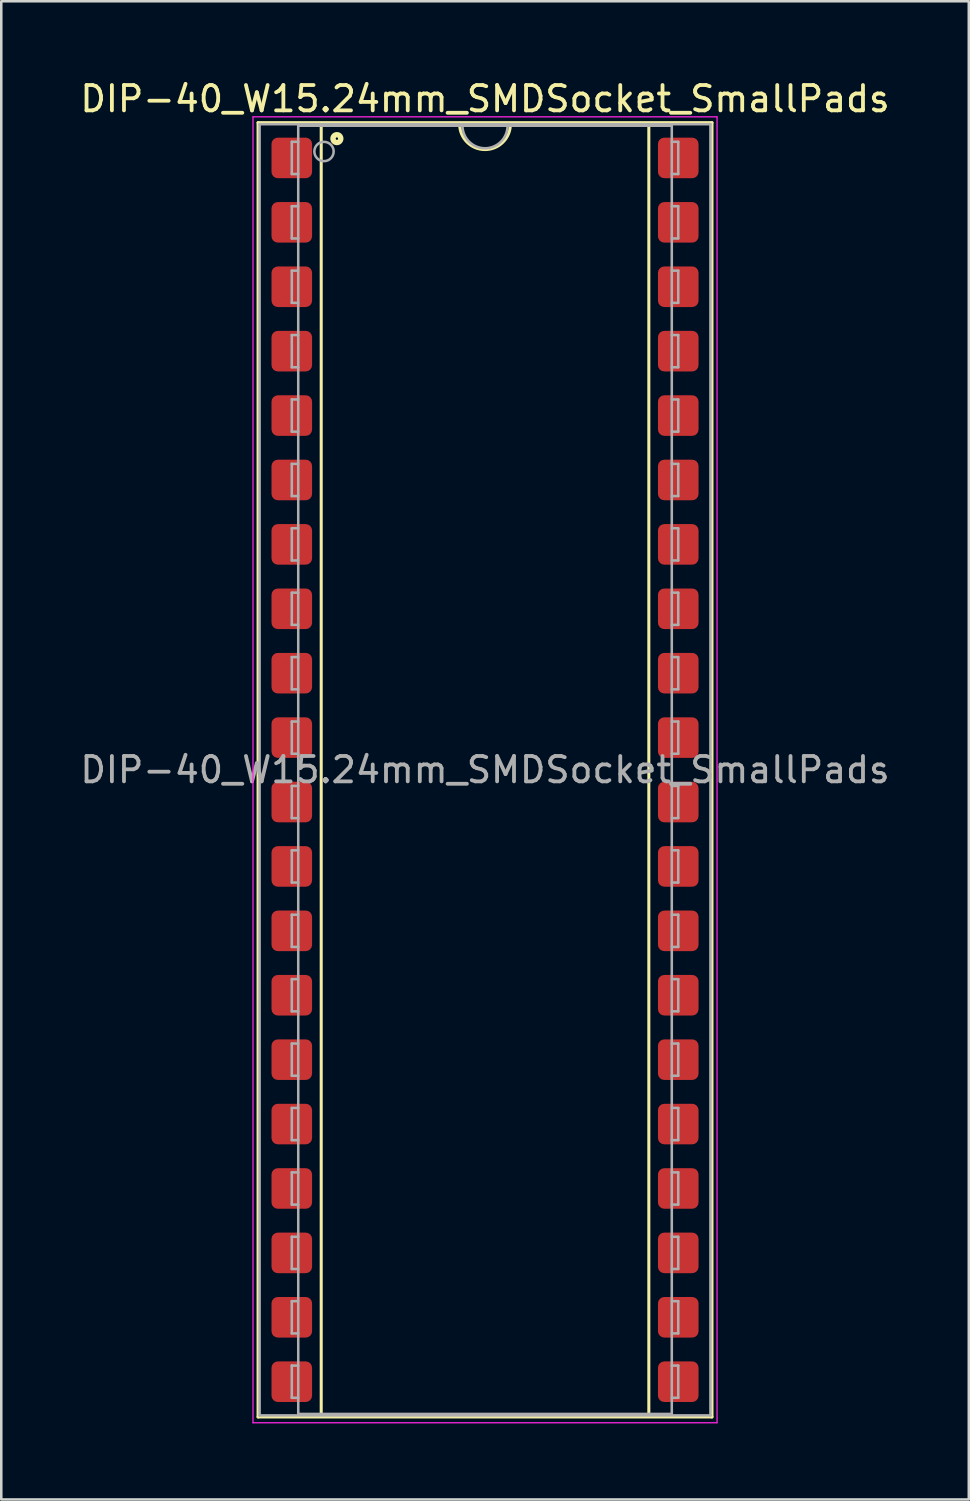
<source format=kicad_pcb>
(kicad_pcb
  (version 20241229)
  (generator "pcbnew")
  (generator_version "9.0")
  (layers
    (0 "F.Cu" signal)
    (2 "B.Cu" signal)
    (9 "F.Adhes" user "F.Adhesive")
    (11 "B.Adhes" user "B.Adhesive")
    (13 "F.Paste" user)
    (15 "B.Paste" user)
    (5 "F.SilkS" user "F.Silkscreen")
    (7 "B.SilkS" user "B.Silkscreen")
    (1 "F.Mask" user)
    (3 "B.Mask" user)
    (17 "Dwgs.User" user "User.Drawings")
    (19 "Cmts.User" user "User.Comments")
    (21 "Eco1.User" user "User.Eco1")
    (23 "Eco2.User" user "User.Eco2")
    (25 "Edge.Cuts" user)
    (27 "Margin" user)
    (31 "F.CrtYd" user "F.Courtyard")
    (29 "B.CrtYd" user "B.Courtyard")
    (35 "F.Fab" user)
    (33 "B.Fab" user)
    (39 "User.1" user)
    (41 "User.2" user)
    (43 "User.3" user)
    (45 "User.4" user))
  (footprint "DIP-40_W15.24mm_SMDSocket_SmallPads"
    (layer "F.Cu")
    (at 16.077 27.308)
    (property "Reference" "DIP-40_W15.24mm_SMDSocket_SmallPads" (at 0 -26.46 0) (layer "F.SilkS") (effects (font (size 1 1) (thickness 0.15))))
    (attr smd)
    (fp_line (start -8.95 -25.52) (end -8.95 25.52) (stroke (width 0.12) (type solid)) (layer "F.SilkS"))
    (fp_line (start -8.95 25.52) (end 8.95 25.52) (stroke (width 0.12) (type solid)) (layer "F.SilkS"))
    (fp_line (start -6.46 -25.46) (end -6.46 25.46) (stroke (width 0.12) (type solid)) (layer "F.SilkS"))
    (fp_line (start -6.46 25.46) (end 6.46 25.46) (stroke (width 0.12) (type solid)) (layer "F.SilkS"))
    (fp_line (start -1 -25.46) (end -6.46 -25.46) (stroke (width 0.12) (type solid)) (layer "F.SilkS"))
    (fp_line (start 6.46 -25.46) (end 1 -25.46) (stroke (width 0.12) (type solid)) (layer "F.SilkS"))
    (fp_line (start 6.46 25.46) (end 6.46 -25.46) (stroke (width 0.12) (type solid)) (layer "F.SilkS"))
    (fp_line (start 8.95 -25.52) (end -8.95 -25.52) (stroke (width 0.12) (type solid)) (layer "F.SilkS"))
    (fp_line (start 8.95 25.52) (end 8.95 -25.52) (stroke (width 0.12) (type solid)) (layer "F.SilkS"))
    (fp_arc (start 1 -25.46) (mid 0 -24.46) (end -1 -25.46) (stroke (width 0.12) (type solid)) (layer "F.SilkS"))
    (fp_circle (center -5.842 -24.892) (end -5.792 -24.892) (stroke (width 0.12) (type solid)) (fill no) (layer "F.SilkS"))
    (fp_circle (center -5.842 -24.892) (end -5.717 -24.892) (stroke (width 0.12) (type solid)) (fill no) (layer "F.SilkS"))
    (fp_circle (center -5.842 -24.892) (end -5.642 -24.892) (stroke (width 0.12) (type solid)) (fill no) (layer "F.SilkS"))
    (fp_line (start -9.15 -25.75) (end -9.15 25.75) (stroke (width 0.05) (type solid)) (layer "F.CrtYd"))
    (fp_line (start -9.15 25.75) (end 9.15 25.75) (stroke (width 0.05) (type solid)) (layer "F.CrtYd"))
    (fp_line (start 9.15 -25.75) (end -9.15 -25.75) (stroke (width 0.05) (type solid)) (layer "F.CrtYd"))
    (fp_line (start 9.15 25.75) (end 9.15 -25.75) (stroke (width 0.05) (type solid)) (layer "F.CrtYd"))
    (fp_line (start -8.89 -25.46) (end -8.89 25.46) (stroke (width 0.1) (type solid)) (layer "F.Fab"))
    (fp_line (start -8.89 25.46) (end 8.89 25.46) (stroke (width 0.1) (type solid)) (layer "F.Fab"))
    (fp_line (start -7.62 -24.765) (end -7.62 -23.495) (stroke (width 0.1) (type solid)) (layer "F.Fab"))
    (fp_line (start -7.62 -24.765) (end -7.366 -24.765) (stroke (width 0.1) (type solid)) (layer "F.Fab"))
    (fp_line (start -7.62 -23.495) (end -7.366 -23.495) (stroke (width 0.1) (type solid)) (layer "F.Fab"))
    (fp_line (start -7.62 -22.225) (end -7.62 -20.955) (stroke (width 0.1) (type solid)) (layer "F.Fab"))
    (fp_line (start -7.62 -22.225) (end -7.366 -22.225) (stroke (width 0.1) (type solid)) (layer "F.Fab"))
    (fp_line (start -7.62 -20.955) (end -7.366 -20.955) (stroke (width 0.1) (type solid)) (layer "F.Fab"))
    (fp_line (start -7.62 -19.685) (end -7.62 -18.415) (stroke (width 0.1) (type solid)) (layer "F.Fab"))
    (fp_line (start -7.62 -19.685) (end -7.366 -19.685) (stroke (width 0.1) (type solid)) (layer "F.Fab"))
    (fp_line (start -7.62 -18.415) (end -7.366 -18.415) (stroke (width 0.1) (type solid)) (layer "F.Fab"))
    (fp_line (start -7.62 -17.145) (end -7.62 -15.875) (stroke (width 0.1) (type solid)) (layer "F.Fab"))
    (fp_line (start -7.62 -17.145) (end -7.366 -17.145) (stroke (width 0.1) (type solid)) (layer "F.Fab"))
    (fp_line (start -7.62 -15.875) (end -7.366 -15.875) (stroke (width 0.1) (type solid)) (layer "F.Fab"))
    (fp_line (start -7.62 -14.605) (end -7.62 -13.335) (stroke (width 0.1) (type solid)) (layer "F.Fab"))
    (fp_line (start -7.62 -14.605) (end -7.366 -14.605) (stroke (width 0.1) (type solid)) (layer "F.Fab"))
    (fp_line (start -7.62 -13.335) (end -7.366 -13.335) (stroke (width 0.1) (type solid)) (layer "F.Fab"))
    (fp_line (start -7.62 -12.065) (end -7.62 -10.795) (stroke (width 0.1) (type solid)) (layer "F.Fab"))
    (fp_line (start -7.62 -12.065) (end -7.366 -12.065) (stroke (width 0.1) (type solid)) (layer "F.Fab"))
    (fp_line (start -7.62 -10.795) (end -7.366 -10.795) (stroke (width 0.1) (type solid)) (layer "F.Fab"))
    (fp_line (start -7.62 -9.525) (end -7.62 -8.255) (stroke (width 0.1) (type solid)) (layer "F.Fab"))
    (fp_line (start -7.62 -9.525) (end -7.366 -9.525) (stroke (width 0.1) (type solid)) (layer "F.Fab"))
    (fp_line (start -7.62 -8.255) (end -7.366 -8.255) (stroke (width 0.1) (type solid)) (layer "F.Fab"))
    (fp_line (start -7.62 -6.985) (end -7.62 -5.715) (stroke (width 0.1) (type solid)) (layer "F.Fab"))
    (fp_line (start -7.62 -6.985) (end -7.366 -6.985) (stroke (width 0.1) (type solid)) (layer "F.Fab"))
    (fp_line (start -7.62 -5.715) (end -7.366 -5.715) (stroke (width 0.1) (type solid)) (layer "F.Fab"))
    (fp_line (start -7.62 -4.445) (end -7.62 -3.175) (stroke (width 0.1) (type solid)) (layer "F.Fab"))
    (fp_line (start -7.62 -4.445) (end -7.366 -4.445) (stroke (width 0.1) (type solid)) (layer "F.Fab"))
    (fp_line (start -7.62 -3.175) (end -7.366 -3.175) (stroke (width 0.1) (type solid)) (layer "F.Fab"))
    (fp_line (start -7.62 -1.905) (end -7.62 -0.635) (stroke (width 0.1) (type solid)) (layer "F.Fab"))
    (fp_line (start -7.62 -1.905) (end -7.366 -1.905) (stroke (width 0.1) (type solid)) (layer "F.Fab"))
    (fp_line (start -7.62 -0.635) (end -7.366 -0.635) (stroke (width 0.1) (type solid)) (layer "F.Fab"))
    (fp_line (start -7.62 0.635) (end -7.62 1.905) (stroke (width 0.1) (type solid)) (layer "F.Fab"))
    (fp_line (start -7.62 0.635) (end -7.366 0.635) (stroke (width 0.1) (type solid)) (layer "F.Fab"))
    (fp_line (start -7.62 1.905) (end -7.366 1.905) (stroke (width 0.1) (type solid)) (layer "F.Fab"))
    (fp_line (start -7.62 3.175) (end -7.62 4.445) (stroke (width 0.1) (type solid)) (layer "F.Fab"))
    (fp_line (start -7.62 3.175) (end -7.366 3.175) (stroke (width 0.1) (type solid)) (layer "F.Fab"))
    (fp_line (start -7.62 4.445) (end -7.366 4.445) (stroke (width 0.1) (type solid)) (layer "F.Fab"))
    (fp_line (start -7.62 5.715) (end -7.62 6.985) (stroke (width 0.1) (type solid)) (layer "F.Fab"))
    (fp_line (start -7.62 5.715) (end -7.366 5.715) (stroke (width 0.1) (type solid)) (layer "F.Fab"))
    (fp_line (start -7.62 6.985) (end -7.366 6.985) (stroke (width 0.1) (type solid)) (layer "F.Fab"))
    (fp_line (start -7.62 8.255) (end -7.62 9.525) (stroke (width 0.1) (type solid)) (layer "F.Fab"))
    (fp_line (start -7.62 8.255) (end -7.366 8.255) (stroke (width 0.1) (type solid)) (layer "F.Fab"))
    (fp_line (start -7.62 9.525) (end -7.366 9.525) (stroke (width 0.1) (type solid)) (layer "F.Fab"))
    (fp_line (start -7.62 10.795) (end -7.62 12.065) (stroke (width 0.1) (type solid)) (layer "F.Fab"))
    (fp_line (start -7.62 10.795) (end -7.366 10.795) (stroke (width 0.1) (type solid)) (layer "F.Fab"))
    (fp_line (start -7.62 12.065) (end -7.366 12.065) (stroke (width 0.1) (type solid)) (layer "F.Fab"))
    (fp_line (start -7.62 13.335) (end -7.62 14.605) (stroke (width 0.1) (type solid)) (layer "F.Fab"))
    (fp_line (start -7.62 13.335) (end -7.366 13.335) (stroke (width 0.1) (type solid)) (layer "F.Fab"))
    (fp_line (start -7.62 14.605) (end -7.366 14.605) (stroke (width 0.1) (type solid)) (layer "F.Fab"))
    (fp_line (start -7.62 15.875) (end -7.62 17.145) (stroke (width 0.1) (type solid)) (layer "F.Fab"))
    (fp_line (start -7.62 15.875) (end -7.366 15.875) (stroke (width 0.1) (type solid)) (layer "F.Fab"))
    (fp_line (start -7.62 17.145) (end -7.366 17.145) (stroke (width 0.1) (type solid)) (layer "F.Fab"))
    (fp_line (start -7.62 18.415) (end -7.62 19.685) (stroke (width 0.1) (type solid)) (layer "F.Fab"))
    (fp_line (start -7.62 18.415) (end -7.366 18.415) (stroke (width 0.1) (type solid)) (layer "F.Fab"))
    (fp_line (start -7.62 19.685) (end -7.366 19.685) (stroke (width 0.1) (type solid)) (layer "F.Fab"))
    (fp_line (start -7.62 20.955) (end -7.62 22.225) (stroke (width 0.1) (type solid)) (layer "F.Fab"))
    (fp_line (start -7.62 20.955) (end -7.366 20.955) (stroke (width 0.1) (type solid)) (layer "F.Fab"))
    (fp_line (start -7.62 22.225) (end -7.366 22.225) (stroke (width 0.1) (type solid)) (layer "F.Fab"))
    (fp_line (start -7.62 23.495) (end -7.62 24.765) (stroke (width 0.1) (type solid)) (layer "F.Fab"))
    (fp_line (start -7.62 23.495) (end -7.366 23.495) (stroke (width 0.1) (type solid)) (layer "F.Fab"))
    (fp_line (start -7.62 24.765) (end -7.366 24.765) (stroke (width 0.1) (type solid)) (layer "F.Fab"))
    (fp_line (start -7.366 -25.4) (end 7.365 -25.4) (stroke (width 0.1) (type solid)) (layer "F.Fab"))
    (fp_line (start -7.365 25.4) (end -7.366 -25.4) (stroke (width 0.1) (type solid)) (layer "F.Fab"))
    (fp_line (start 7.365 -25.4) (end 7.365 25.4) (stroke (width 0.1) (type solid)) (layer "F.Fab"))
    (fp_line (start 7.365 25.4) (end -7.365 25.4) (stroke (width 0.1) (type solid)) (layer "F.Fab"))
    (fp_line (start 7.62 -24.765) (end 7.366 -24.765) (stroke (width 0.1) (type solid)) (layer "F.Fab"))
    (fp_line (start 7.62 -23.495) (end 7.366 -23.495) (stroke (width 0.1) (type solid)) (layer "F.Fab"))
    (fp_line (start 7.62 -23.495) (end 7.62 -24.765) (stroke (width 0.1) (type solid)) (layer "F.Fab"))
    (fp_line (start 7.62 -22.225) (end 7.366 -22.225) (stroke (width 0.1) (type solid)) (layer "F.Fab"))
    (fp_line (start 7.62 -20.955) (end 7.366 -20.955) (stroke (width 0.1) (type solid)) (layer "F.Fab"))
    (fp_line (start 7.62 -20.955) (end 7.62 -22.225) (stroke (width 0.1) (type solid)) (layer "F.Fab"))
    (fp_line (start 7.62 -19.685) (end 7.366 -19.685) (stroke (width 0.1) (type solid)) (layer "F.Fab"))
    (fp_line (start 7.62 -18.415) (end 7.366 -18.415) (stroke (width 0.1) (type solid)) (layer "F.Fab"))
    (fp_line (start 7.62 -18.415) (end 7.62 -19.685) (stroke (width 0.1) (type solid)) (layer "F.Fab"))
    (fp_line (start 7.62 -17.145) (end 7.366 -17.145) (stroke (width 0.1) (type solid)) (layer "F.Fab"))
    (fp_line (start 7.62 -15.875) (end 7.366 -15.875) (stroke (width 0.1) (type solid)) (layer "F.Fab"))
    (fp_line (start 7.62 -15.875) (end 7.62 -17.145) (stroke (width 0.1) (type solid)) (layer "F.Fab"))
    (fp_line (start 7.62 -14.605) (end 7.366 -14.605) (stroke (width 0.1) (type solid)) (layer "F.Fab"))
    (fp_line (start 7.62 -13.335) (end 7.366 -13.335) (stroke (width 0.1) (type solid)) (layer "F.Fab"))
    (fp_line (start 7.62 -13.335) (end 7.62 -14.605) (stroke (width 0.1) (type solid)) (layer "F.Fab"))
    (fp_line (start 7.62 -12.065) (end 7.366 -12.065) (stroke (width 0.1) (type solid)) (layer "F.Fab"))
    (fp_line (start 7.62 -10.795) (end 7.366 -10.795) (stroke (width 0.1) (type solid)) (layer "F.Fab"))
    (fp_line (start 7.62 -10.795) (end 7.62 -12.065) (stroke (width 0.1) (type solid)) (layer "F.Fab"))
    (fp_line (start 7.62 -9.525) (end 7.366 -9.525) (stroke (width 0.1) (type solid)) (layer "F.Fab"))
    (fp_line (start 7.62 -8.255) (end 7.366 -8.255) (stroke (width 0.1) (type solid)) (layer "F.Fab"))
    (fp_line (start 7.62 -8.255) (end 7.62 -9.525) (stroke (width 0.1) (type solid)) (layer "F.Fab"))
    (fp_line (start 7.62 -6.985) (end 7.366 -6.985) (stroke (width 0.1) (type solid)) (layer "F.Fab"))
    (fp_line (start 7.62 -5.715) (end 7.366 -5.715) (stroke (width 0.1) (type solid)) (layer "F.Fab"))
    (fp_line (start 7.62 -5.715) (end 7.62 -6.985) (stroke (width 0.1) (type solid)) (layer "F.Fab"))
    (fp_line (start 7.62 -4.445) (end 7.366 -4.445) (stroke (width 0.1) (type solid)) (layer "F.Fab"))
    (fp_line (start 7.62 -3.175) (end 7.366 -3.175) (stroke (width 0.1) (type solid)) (layer "F.Fab"))
    (fp_line (start 7.62 -3.175) (end 7.62 -4.445) (stroke (width 0.1) (type solid)) (layer "F.Fab"))
    (fp_line (start 7.62 -1.905) (end 7.366 -1.905) (stroke (width 0.1) (type solid)) (layer "F.Fab"))
    (fp_line (start 7.62 -0.635) (end 7.366 -0.635) (stroke (width 0.1) (type solid)) (layer "F.Fab"))
    (fp_line (start 7.62 -0.635) (end 7.62 -1.905) (stroke (width 0.1) (type solid)) (layer "F.Fab"))
    (fp_line (start 7.62 0.635) (end 7.366 0.635) (stroke (width 0.1) (type solid)) (layer "F.Fab"))
    (fp_line (start 7.62 1.905) (end 7.366 1.905) (stroke (width 0.1) (type solid)) (layer "F.Fab"))
    (fp_line (start 7.62 1.905) (end 7.62 0.635) (stroke (width 0.1) (type solid)) (layer "F.Fab"))
    (fp_line (start 7.62 3.175) (end 7.366 3.175) (stroke (width 0.1) (type solid)) (layer "F.Fab"))
    (fp_line (start 7.62 4.445) (end 7.366 4.445) (stroke (width 0.1) (type solid)) (layer "F.Fab"))
    (fp_line (start 7.62 4.445) (end 7.62 3.175) (stroke (width 0.1) (type solid)) (layer "F.Fab"))
    (fp_line (start 7.62 5.715) (end 7.366 5.715) (stroke (width 0.1) (type solid)) (layer "F.Fab"))
    (fp_line (start 7.62 6.985) (end 7.366 6.985) (stroke (width 0.1) (type solid)) (layer "F.Fab"))
    (fp_line (start 7.62 6.985) (end 7.62 5.715) (stroke (width 0.1) (type solid)) (layer "F.Fab"))
    (fp_line (start 7.62 8.255) (end 7.366 8.255) (stroke (width 0.1) (type solid)) (layer "F.Fab"))
    (fp_line (start 7.62 9.525) (end 7.366 9.525) (stroke (width 0.1) (type solid)) (layer "F.Fab"))
    (fp_line (start 7.62 9.525) (end 7.62 8.255) (stroke (width 0.1) (type solid)) (layer "F.Fab"))
    (fp_line (start 7.62 10.795) (end 7.366 10.795) (stroke (width 0.1) (type solid)) (layer "F.Fab"))
    (fp_line (start 7.62 12.065) (end 7.366 12.065) (stroke (width 0.1) (type solid)) (layer "F.Fab"))
    (fp_line (start 7.62 12.065) (end 7.62 10.795) (stroke (width 0.1) (type solid)) (layer "F.Fab"))
    (fp_line (start 7.62 13.335) (end 7.366 13.335) (stroke (width 0.1) (type solid)) (layer "F.Fab"))
    (fp_line (start 7.62 14.605) (end 7.366 14.605) (stroke (width 0.1) (type solid)) (layer "F.Fab"))
    (fp_line (start 7.62 14.605) (end 7.62 13.335) (stroke (width 0.1) (type solid)) (layer "F.Fab"))
    (fp_line (start 7.62 15.875) (end 7.366 15.875) (stroke (width 0.1) (type solid)) (layer "F.Fab"))
    (fp_line (start 7.62 17.145) (end 7.366 17.145) (stroke (width 0.1) (type solid)) (layer "F.Fab"))
    (fp_line (start 7.62 17.145) (end 7.62 15.875) (stroke (width 0.1) (type solid)) (layer "F.Fab"))
    (fp_line (start 7.62 18.415) (end 7.366 18.415) (stroke (width 0.1) (type solid)) (layer "F.Fab"))
    (fp_line (start 7.62 19.685) (end 7.366 19.685) (stroke (width 0.1) (type solid)) (layer "F.Fab"))
    (fp_line (start 7.62 19.685) (end 7.62 18.415) (stroke (width 0.1) (type solid)) (layer "F.Fab"))
    (fp_line (start 7.62 20.955) (end 7.366 20.955) (stroke (width 0.1) (type solid)) (layer "F.Fab"))
    (fp_line (start 7.62 22.225) (end 7.366 22.225) (stroke (width 0.1) (type solid)) (layer "F.Fab"))
    (fp_line (start 7.62 22.225) (end 7.62 20.955) (stroke (width 0.1) (type solid)) (layer "F.Fab"))
    (fp_line (start 7.62 23.495) (end 7.366 23.495) (stroke (width 0.1) (type solid)) (layer "F.Fab"))
    (fp_line (start 7.62 24.765) (end 7.366 24.765) (stroke (width 0.1) (type solid)) (layer "F.Fab"))
    (fp_line (start 7.62 24.765) (end 7.62 23.495) (stroke (width 0.1) (type solid)) (layer "F.Fab"))
    (fp_line (start 8.89 -25.46) (end -8.89 -25.46) (stroke (width 0.1) (type solid)) (layer "F.Fab"))
    (fp_line (start 8.89 25.46) (end 8.89 -25.46) (stroke (width 0.1) (type solid)) (layer "F.Fab"))
    (fp_arc (start 0.889 -25.4) (mid 0 -24.511) (end -0.889 -25.4) (stroke (width 0.1) (type solid)) (layer "F.Fab"))
    (fp_circle (center -6.35 -24.384) (end -5.969 -24.384) (stroke (width 0.1) (type solid)) (fill no) (layer "F.Fab"))
    (fp_text user "${REFERENCE}" (at 0 0 0) (layer "F.Fab") (effects (font (size 1 1) (thickness 0.15))))
    (pad "1" smd roundrect (at -7.62 -24.13) (size 1.6 1.6) (layers "F.Cu" "F.Mask" "F.Paste") (roundrect_rratio 0.156))
    (pad "2" smd roundrect (at -7.62 -21.59) (size 1.6 1.6) (layers "F.Cu" "F.Mask" "F.Paste") (roundrect_rratio 0.156))
    (pad "3" smd roundrect (at -7.62 -19.05) (size 1.6 1.6) (layers "F.Cu" "F.Mask" "F.Paste") (roundrect_rratio 0.156))
    (pad "4" smd roundrect (at -7.62 -16.51) (size 1.6 1.6) (layers "F.Cu" "F.Mask" "F.Paste") (roundrect_rratio 0.156))
    (pad "5" smd roundrect (at -7.62 -13.97) (size 1.6 1.6) (layers "F.Cu" "F.Mask" "F.Paste") (roundrect_rratio 0.156))
    (pad "6" smd roundrect (at -7.62 -11.43) (size 1.6 1.6) (layers "F.Cu" "F.Mask" "F.Paste") (roundrect_rratio 0.156))
    (pad "7" smd roundrect (at -7.62 -8.89) (size 1.6 1.6) (layers "F.Cu" "F.Mask" "F.Paste") (roundrect_rratio 0.156))
    (pad "8" smd roundrect (at -7.62 -6.35) (size 1.6 1.6) (layers "F.Cu" "F.Mask" "F.Paste") (roundrect_rratio 0.156))
    (pad "9" smd roundrect (at -7.62 -3.81) (size 1.6 1.6) (layers "F.Cu" "F.Mask" "F.Paste") (roundrect_rratio 0.156))
    (pad "10" smd roundrect (at -7.62 -1.27) (size 1.6 1.6) (layers "F.Cu" "F.Mask" "F.Paste") (roundrect_rratio 0.156))
    (pad "11" smd roundrect (at -7.62 1.27) (size 1.6 1.6) (layers "F.Cu" "F.Mask" "F.Paste") (roundrect_rratio 0.156))
    (pad "12" smd roundrect (at -7.62 3.81) (size 1.6 1.6) (layers "F.Cu" "F.Mask" "F.Paste") (roundrect_rratio 0.156))
    (pad "13" smd roundrect (at -7.62 6.35) (size 1.6 1.6) (layers "F.Cu" "F.Mask" "F.Paste") (roundrect_rratio 0.156))
    (pad "14" smd roundrect (at -7.62 8.89) (size 1.6 1.6) (layers "F.Cu" "F.Mask" "F.Paste") (roundrect_rratio 0.156))
    (pad "15" smd roundrect (at -7.62 11.43) (size 1.6 1.6) (layers "F.Cu" "F.Mask" "F.Paste") (roundrect_rratio 0.156))
    (pad "16" smd roundrect (at -7.62 13.97) (size 1.6 1.6) (layers "F.Cu" "F.Mask" "F.Paste") (roundrect_rratio 0.156))
    (pad "17" smd roundrect (at -7.62 16.51) (size 1.6 1.6) (layers "F.Cu" "F.Mask" "F.Paste") (roundrect_rratio 0.156))
    (pad "18" smd roundrect (at -7.62 19.05) (size 1.6 1.6) (layers "F.Cu" "F.Mask" "F.Paste") (roundrect_rratio 0.156))
    (pad "19" smd roundrect (at -7.62 21.59) (size 1.6 1.6) (layers "F.Cu" "F.Mask" "F.Paste") (roundrect_rratio 0.156))
    (pad "20" smd roundrect (at -7.62 24.13) (size 1.6 1.6) (layers "F.Cu" "F.Mask" "F.Paste") (roundrect_rratio 0.156))
    (pad "21" smd roundrect (at 7.62 24.13) (size 1.6 1.6) (layers "F.Cu" "F.Mask" "F.Paste") (roundrect_rratio 0.156))
    (pad "22" smd roundrect (at 7.62 21.59) (size 1.6 1.6) (layers "F.Cu" "F.Mask" "F.Paste") (roundrect_rratio 0.156))
    (pad "23" smd roundrect (at 7.62 19.05) (size 1.6 1.6) (layers "F.Cu" "F.Mask" "F.Paste") (roundrect_rratio 0.156))
    (pad "24" smd roundrect (at 7.62 16.51) (size 1.6 1.6) (layers "F.Cu" "F.Mask" "F.Paste") (roundrect_rratio 0.156))
    (pad "25" smd roundrect (at 7.62 13.97) (size 1.6 1.6) (layers "F.Cu" "F.Mask" "F.Paste") (roundrect_rratio 0.156))
    (pad "26" smd roundrect (at 7.62 11.43) (size 1.6 1.6) (layers "F.Cu" "F.Mask" "F.Paste") (roundrect_rratio 0.156))
    (pad "27" smd roundrect (at 7.62 8.89) (size 1.6 1.6) (layers "F.Cu" "F.Mask" "F.Paste") (roundrect_rratio 0.156))
    (pad "28" smd roundrect (at 7.62 6.35) (size 1.6 1.6) (layers "F.Cu" "F.Mask" "F.Paste") (roundrect_rratio 0.156))
    (pad "29" smd roundrect (at 7.62 3.81) (size 1.6 1.6) (layers "F.Cu" "F.Mask" "F.Paste") (roundrect_rratio 0.156))
    (pad "30" smd roundrect (at 7.62 1.27) (size 1.6 1.6) (layers "F.Cu" "F.Mask" "F.Paste") (roundrect_rratio 0.156))
    (pad "31" smd roundrect (at 7.62 -1.27) (size 1.6 1.6) (layers "F.Cu" "F.Mask" "F.Paste") (roundrect_rratio 0.156))
    (pad "32" smd roundrect (at 7.62 -3.81) (size 1.6 1.6) (layers "F.Cu" "F.Mask" "F.Paste") (roundrect_rratio 0.156))
    (pad "33" smd roundrect (at 7.62 -6.35) (size 1.6 1.6) (layers "F.Cu" "F.Mask" "F.Paste") (roundrect_rratio 0.156))
    (pad "34" smd roundrect (at 7.62 -8.89 90) (size 1.6 1.6) (layers "F.Cu" "F.Mask" "F.Paste") (roundrect_rratio 0.156))
    (pad "35" smd roundrect (at 7.62 -11.43) (size 1.6 1.6) (layers "F.Cu" "F.Mask" "F.Paste") (roundrect_rratio 0.156))
    (pad "36" smd roundrect (at 7.62 -13.97) (size 1.6 1.6) (layers "F.Cu" "F.Mask" "F.Paste") (roundrect_rratio 0.156))
    (pad "37" smd roundrect (at 7.62 -16.51) (size 1.6 1.6) (layers "F.Cu" "F.Mask" "F.Paste") (roundrect_rratio 0.156))
    (pad "38" smd roundrect (at 7.62 -19.05) (size 1.6 1.6) (layers "F.Cu" "F.Mask" "F.Paste") (roundrect_rratio 0.156))
    (pad "39" smd roundrect (at 7.62 -21.59) (size 1.6 1.6) (layers "F.Cu" "F.Mask" "F.Paste") (roundrect_rratio 0.156))
    (pad "40" smd roundrect (at 7.62 -24.13) (size 1.6 1.6) (layers "F.Cu" "F.Mask" "F.Paste") (roundrect_rratio 0.156)))
  (gr_rect
    (start -3 -3)
    (end 35.155 56.083)
    (stroke (width 0.1) (type default))
    (fill no)
    (layer "Edge.Cuts")))
</source>
